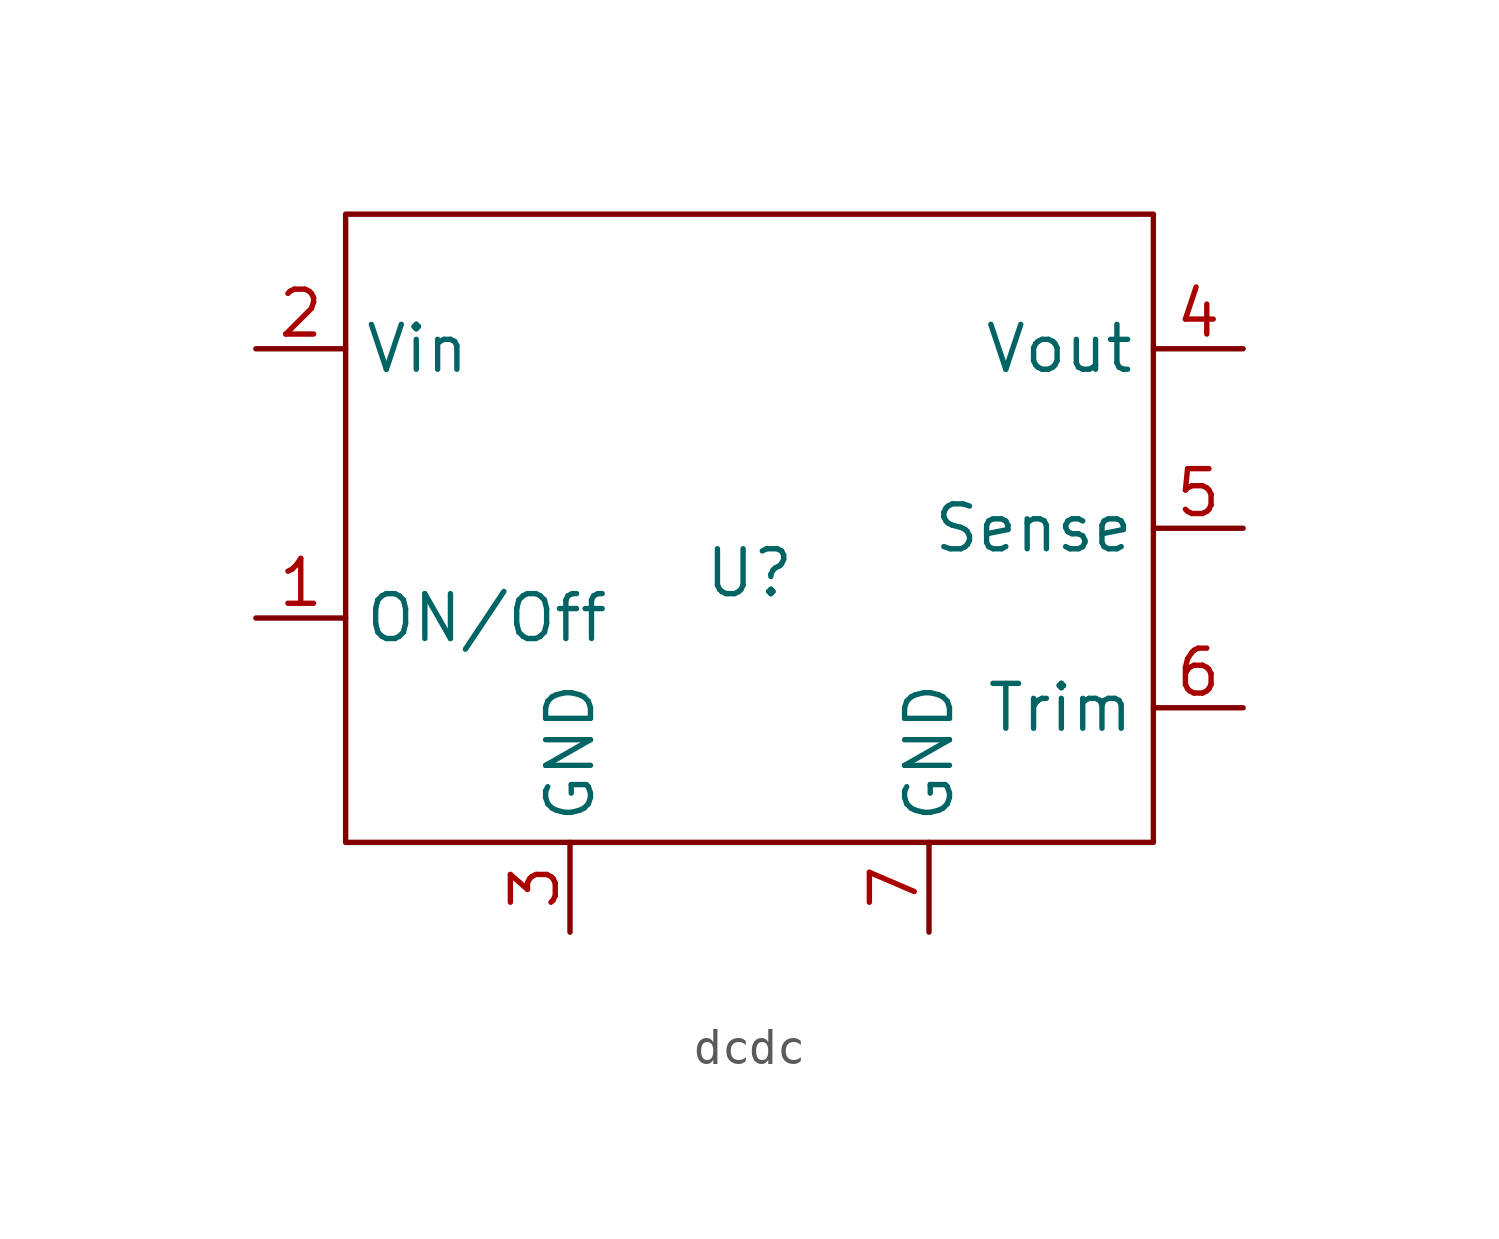
<source format=kicad_sym>
(kicad_symbol_lib
  (version 20220914)
  (generator kicad_symbol_editor)
  (symbol "dcdc"
    (property "Reference" "U"
      (at 0 0 0)
      (effects (font (size 1.27 1.27))))
    (property "Value" ""
      (at 0 0 0)
      (effects (font (size 1.27 1.27))))
    (symbol "dcdc_0_1"
      (rectangle (start -11.43 10.16) (end 11.43 -7.62) (stroke (width 0) (type default)) (fill (type none))))
    (symbol "dcdc_1_1"
      (pin passive line (at -13.97 -1.27 0) (length 2.54) (name "ON/Off" (effects (font (size 1.27 1.27)))) (number "1" (effects (font (size 1.27 1.27)))))
      (pin passive line (at -13.97 6.35 0) (length 2.54) (name "Vin" (effects (font (size 1.27 1.27)))) (number "2" (effects (font (size 1.27 1.27)))))
      (pin passive line (at -5.08 -10.16 90) (length 2.54) (name "GND" (effects (font (size 1.27 1.27)))) (number "3" (effects (font (size 1.27 1.27)))))
      (pin passive line (at 13.97 6.35 180) (length 2.54) (name "Vout" (effects (font (size 1.27 1.27)))) (number "4" (effects (font (size 1.27 1.27)))))
      (pin passive line (at 13.97 1.27 180) (length 2.54) (name "Sense" (effects (font (size 1.27 1.27)))) (number "5" (effects (font (size 1.27 1.27)))))
      (pin passive line (at 13.97 -3.81 180) (length 2.54) (name "Trim" (effects (font (size 1.27 1.27)))) (number "6" (effects (font (size 1.27 1.27)))))
      (pin passive line (at 5.08 -10.16 90) (length 2.54) (name "GND" (effects (font (size 1.27 1.27)))) (number "7" (effects (font (size 1.27 1.27))))))))
</source>
